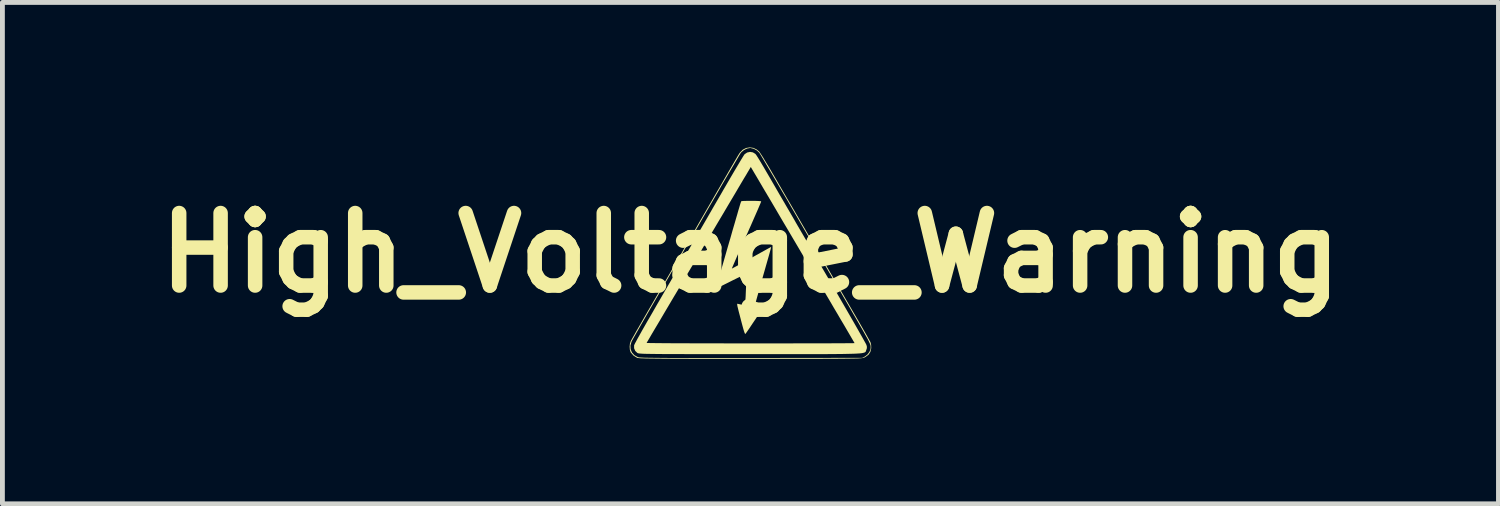
<source format=kicad_pcb>
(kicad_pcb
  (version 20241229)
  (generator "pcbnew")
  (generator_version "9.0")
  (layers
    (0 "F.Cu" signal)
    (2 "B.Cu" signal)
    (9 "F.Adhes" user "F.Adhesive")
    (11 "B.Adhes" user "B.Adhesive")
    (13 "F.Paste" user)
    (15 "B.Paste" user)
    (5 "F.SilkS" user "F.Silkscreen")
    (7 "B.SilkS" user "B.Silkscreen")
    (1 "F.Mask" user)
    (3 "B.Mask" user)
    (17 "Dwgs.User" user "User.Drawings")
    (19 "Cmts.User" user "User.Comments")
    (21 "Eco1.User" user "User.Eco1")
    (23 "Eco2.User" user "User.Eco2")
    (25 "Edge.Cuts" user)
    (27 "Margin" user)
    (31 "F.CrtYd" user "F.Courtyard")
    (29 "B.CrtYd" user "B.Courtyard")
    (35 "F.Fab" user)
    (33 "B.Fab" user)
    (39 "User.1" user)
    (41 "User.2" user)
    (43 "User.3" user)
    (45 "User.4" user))
  (footprint "High_Voltage_Warning"
    (layer "F.Cu")
    (at 12.479 2.18)
    (property "Reference" "High_Voltage_Warning" (at 0 0 0) (layer "F.SilkS") (effects (font (size 1.5 1.5) (thickness 0.3))))
    (attr board_only exclude_from_pos_files exclude_from_bom)
    (fp_poly (pts (xy 0.045 -1.074) (xy 0.107 -1.073) (xy 0.162 -1.071) (xy 0.202 -1.068) (xy 0.221 -1.064) (xy 0.222 -1.063) (xy 0.217 -1.048) (xy 0.202 -1.011) (xy 0.179 -0.957) (xy 0.15 -0.889) (xy 0.116 -0.811) (xy 0.079 -0.727) (xy 0.041 -0.64) (xy 0.004 -0.555) (xy -0.032 -0.475) (xy -0.063 -0.404) (xy -0.09 -0.345) (xy -0.109 -0.304) (xy -0.111 -0.299) (xy -0.127 -0.264) (xy -0.151 -0.212) (xy -0.18 -0.148) (xy -0.212 -0.075) (xy -0.246 0.002) (xy -0.28 0.08) (xy -0.312 0.154) (xy -0.34 0.22) (xy -0.363 0.273) (xy -0.379 0.311) (xy -0.385 0.327) (xy -0.385 0.328) (xy -0.373 0.322) (xy -0.339 0.304) (xy -0.287 0.276) (xy -0.219 0.238) (xy -0.138 0.193) (xy -0.047 0.143) (xy 0.021 0.105) (xy 0.117 0.051) (xy 0.205 0.002) (xy 0.283 -0.041) (xy 0.346 -0.076) (xy 0.393 -0.102) (xy 0.421 -0.116) (xy 0.428 -0.119) (xy 0.425 -0.105) (xy 0.416 -0.068) (xy 0.401 -0.013) (xy 0.382 0.056) (xy 0.359 0.136) (xy 0.354 0.154) (xy 0.323 0.262) (xy 0.291 0.375) (xy 0.258 0.49) (xy 0.226 0.605) (xy 0.195 0.715) (xy 0.166 0.818) (xy 0.14 0.911) (xy 0.118 0.99) (xy 0.1 1.053) (xy 0.089 1.095) (xy 0.084 1.115) (xy 0.083 1.116) (xy 0.096 1.121) (xy 0.129 1.127) (xy 0.167 1.132) (xy 0.211 1.139) (xy 0.241 1.145) (xy 0.25 1.149) (xy 0.243 1.162) (xy 0.222 1.194) (xy 0.192 1.241) (xy 0.154 1.299) (xy 0.111 1.364) (xy 0.065 1.432) (xy 0.02 1.499) (xy -0.021 1.561) (xy -0.057 1.613) (xy -0.085 1.653) (xy -0.101 1.675) (xy -0.103 1.678) (xy -0.11 1.678) (xy -0.12 1.662) (xy -0.132 1.628) (xy -0.148 1.575) (xy -0.169 1.498) (xy -0.193 1.407) (xy -0.221 1.299) (xy -0.243 1.216) (xy -0.258 1.154) (xy -0.269 1.109) (xy -0.274 1.08) (xy -0.275 1.064) (xy -0.272 1.056) (xy -0.266 1.055) (xy -0.256 1.058) (xy -0.249 1.06) (xy -0.212 1.068) (xy -0.167 1.077) (xy -0.165 1.077) (xy -0.114 1.086) (xy -0.106 0.998) (xy -0.103 0.954) (xy -0.099 0.889) (xy -0.096 0.81) (xy -0.092 0.724) (xy -0.09 0.67) (xy -0.082 0.43) (xy -0.309 0.542) (xy -0.388 0.581) (xy -0.465 0.62) (xy -0.534 0.654) (xy -0.589 0.682) (xy -0.617 0.696) (xy -0.659 0.716) (xy -0.691 0.729) (xy -0.704 0.731) (xy -0.706 0.728) (xy -0.705 0.718) (xy -0.702 0.702) (xy -0.695 0.676) (xy -0.686 0.64) (xy -0.672 0.59) (xy -0.654 0.525) (xy -0.631 0.444) (xy -0.603 0.344) (xy -0.568 0.224) (xy -0.527 0.081) (xy -0.479 -0.087) (xy -0.468 -0.125) (xy -0.415 -0.305) (xy -0.371 -0.461) (xy -0.332 -0.593) (xy -0.3 -0.704) (xy -0.273 -0.796) (xy -0.252 -0.871) (xy -0.234 -0.93) (xy -0.221 -0.975) (xy -0.211 -1.009) (xy -0.203 -1.032) (xy -0.198 -1.048) (xy -0.195 -1.057) (xy -0.193 -1.062) (xy -0.191 -1.064) (xy -0.191 -1.065) (xy -0.174 -1.069) (xy -0.136 -1.072) (xy -0.083 -1.073) (xy -0.021 -1.074)) (stroke (width 0) (type solid)) (fill yes) (layer "F.SilkS"))
    (fp_poly (pts (xy 0.05 -2.077) (xy 0.101 -2.046) (xy 0.107 -2.039) (xy 0.122 -2.019) (xy 0.148 -1.979) (xy 0.184 -1.921) (xy 0.227 -1.849) (xy 0.276 -1.767) (xy 0.328 -1.677) (xy 0.334 -1.667) (xy 0.396 -1.561) (xy 0.463 -1.445) (xy 0.531 -1.328) (xy 0.596 -1.215) (xy 0.654 -1.116) (xy 0.685 -1.063) (xy 0.737 -0.973) (xy 0.792 -0.879) (xy 0.845 -0.788) (xy 0.892 -0.707) (xy 0.929 -0.643) (xy 0.931 -0.639) (xy 0.951 -0.604) (xy 0.984 -0.547) (xy 1.029 -0.47) (xy 1.085 -0.374) (xy 1.15 -0.263) (xy 1.223 -0.136) (xy 1.303 0.002) (xy 1.39 0.151) (xy 1.481 0.308) (xy 1.577 0.472) (xy 1.675 0.64) (xy 1.702 0.688) (xy 1.799 0.854) (xy 1.892 1.015) (xy 1.98 1.167) (xy 2.063 1.311) (xy 2.139 1.443) (xy 2.207 1.562) (xy 2.266 1.666) (xy 2.316 1.754) (xy 2.355 1.824) (xy 2.383 1.874) (xy 2.397 1.902) (xy 2.4 1.907) (xy 2.41 1.948) (xy 2.407 1.982) (xy 2.398 2.007) (xy 2.394 2.019) (xy 2.391 2.029) (xy 2.388 2.039) (xy 2.383 2.048) (xy 2.376 2.055) (xy 2.365 2.062) (xy 2.349 2.068) (xy 2.326 2.074) (xy 2.296 2.079) (xy 2.257 2.083) (xy 2.208 2.086) (xy 2.147 2.089) (xy 2.075 2.091) (xy 1.988 2.093) (xy 1.886 2.095) (xy 1.768 2.096) (xy 1.633 2.097) (xy 1.478 2.098) (xy 1.304 2.098) (xy 1.108 2.098) (xy 0.891 2.098) (xy 0.649 2.098) (xy 0.382 2.098) (xy 0.09 2.098) (xy -0.003 2.098) (xy -0.299 2.098) (xy -0.568 2.098) (xy -0.812 2.098) (xy -1.032 2.098) (xy -1.23 2.098) (xy -1.406 2.097) (xy -1.562 2.097) (xy -1.699 2.097) (xy -1.818 2.096) (xy -1.921 2.095) (xy -2.009 2.094) (xy -2.083 2.093) (xy -2.145 2.092) (xy -2.195 2.091) (xy -2.236 2.089) (xy -2.267 2.087) (xy -2.291 2.085) (xy -2.309 2.083) (xy -2.322 2.08) (xy -2.332 2.077) (xy -2.339 2.074) (xy -2.343 2.071) (xy -2.385 2.031) (xy -2.408 1.976) (xy -2.408 1.917) (xy -2.406 1.91) (xy -2.396 1.89) (xy -2.384 1.865) (xy -2.149 1.865) (xy -2.136 1.867) (xy -2.097 1.868) (xy -2.033 1.869) (xy -1.946 1.87) (xy -1.836 1.871) (xy -1.707 1.872) (xy -1.558 1.873) (xy -1.393 1.873) (xy -1.211 1.874) (xy -1.015 1.875) (xy -0.806 1.875) (xy -0.585 1.875) (xy -0.355 1.876) (xy -0.116 1.876) (xy -0.001 1.876) (xy 0.242 1.876) (xy 0.476 1.876) (xy 0.702 1.876) (xy 0.917 1.875) (xy 1.119 1.875) (xy 1.308 1.875) (xy 1.482 1.874) (xy 1.64 1.874) (xy 1.779 1.873) (xy 1.899 1.873) (xy 1.997 1.872) (xy 2.073 1.872) (xy 2.125 1.871) (xy 2.151 1.87) (xy 2.154 1.87) (xy 2.147 1.857) (xy 2.127 1.823) (xy 2.095 1.768) (xy 2.053 1.696) (xy 2.001 1.607) (xy 1.941 1.504) (xy 1.873 1.39) (xy 1.8 1.265) (xy 1.721 1.132) (xy 1.68 1.061) (xy 1.585 0.9) (xy 1.484 0.728) (xy 1.378 0.55) (xy 1.271 0.369) (xy 1.166 0.19) (xy 1.065 0.019) (xy 0.971 -0.141) (xy 0.886 -0.285) (xy 0.837 -0.368) (xy 0.76 -0.499) (xy 0.682 -0.63) (xy 0.606 -0.759) (xy 0.534 -0.882) (xy 0.467 -0.996) (xy 0.408 -1.096) (xy 0.358 -1.18) (xy 0.321 -1.243) (xy 0.32 -1.244) (xy 0.269 -1.33) (xy 0.217 -1.419) (xy 0.167 -1.504) (xy 0.123 -1.579) (xy 0.09 -1.634) (xy 0.007 -1.775) (xy -0.064 -1.655) (xy -0.092 -1.607) (xy -0.133 -1.54) (xy -0.184 -1.454) (xy -0.245 -1.351) (xy -0.314 -1.233) (xy -0.392 -1.102) (xy -0.477 -0.959) (xy -0.567 -0.806) (xy -0.663 -0.645) (xy -0.763 -0.476) (xy -0.866 -0.303) (xy -0.971 -0.126) (xy -1.077 0.053) (xy -1.183 0.233) (xy -1.289 0.411) (xy -1.392 0.586) (xy -1.493 0.757) (xy -1.591 0.921) (xy -1.684 1.078) (xy -1.771 1.225) (xy -1.851 1.361) (xy -1.924 1.484) (xy -1.989 1.593) (xy -2.044 1.686) (xy -2.088 1.762) (xy -2.121 1.818) (xy -2.142 1.853) (xy -2.149 1.865) (xy -2.384 1.865) (xy -2.374 1.848) (xy -2.342 1.787) (xy -2.299 1.711) (xy -2.249 1.621) (xy -2.192 1.521) (xy -2.13 1.412) (xy -2.088 1.341) (xy -2.018 1.22) (xy -1.938 1.08) (xy -1.849 0.927) (xy -1.755 0.764) (xy -1.658 0.598) (xy -1.563 0.432) (xy -1.471 0.273) (xy -1.389 0.132) (xy -1.302 -0.019) (xy -1.205 -0.187) (xy -1.099 -0.369) (xy -0.99 -0.558) (xy -0.88 -0.748) (xy -0.773 -0.934) (xy -0.671 -1.11) (xy -0.578 -1.27) (xy -0.574 -1.278) (xy -0.497 -1.41) (xy -0.425 -1.534) (xy -0.357 -1.65) (xy -0.295 -1.755) (xy -0.24 -1.847) (xy -0.194 -1.924) (xy -0.158 -1.983) (xy -0.133 -2.022) (xy -0.121 -2.039) (xy -0.069 -2.074) (xy -0.009 -2.087)) (stroke (width 0) (type solid)) (fill yes) (layer "F.SilkS"))
    (fp_poly (pts (xy 0.06 -2.17) (xy 0.131 -2.136) (xy 0.179 -2.095) (xy 0.196 -2.072) (xy 0.226 -2.027) (xy 0.265 -1.966) (xy 0.311 -1.889) (xy 0.364 -1.802) (xy 0.421 -1.706) (xy 0.46 -1.638) (xy 0.522 -1.533) (xy 0.594 -1.408) (xy 0.674 -1.271) (xy 0.758 -1.126) (xy 0.844 -0.98) (xy 0.927 -0.837) (xy 1.005 -0.703) (xy 1.014 -0.688) (xy 1.065 -0.599) (xy 1.115 -0.514) (xy 1.163 -0.431) (xy 1.212 -0.347) (xy 1.262 -0.261) (xy 1.314 -0.171) (xy 1.37 -0.075) (xy 1.43 0.028) (xy 1.495 0.14) (xy 1.567 0.264) (xy 1.646 0.4) (xy 1.734 0.551) (xy 1.831 0.718) (xy 1.939 0.903) (xy 2.058 1.108) (xy 2.19 1.335) (xy 2.23 1.403) (xy 2.287 1.502) (xy 2.34 1.595) (xy 2.388 1.679) (xy 2.428 1.751) (xy 2.459 1.807) (xy 2.48 1.845) (xy 2.486 1.859) (xy 2.497 1.907) (xy 2.499 1.968) (xy 2.498 1.98) (xy 2.481 2.052) (xy 2.443 2.11) (xy 2.381 2.156) (xy 2.355 2.169) (xy 2.347 2.172) (xy 2.337 2.175) (xy 2.325 2.178) (xy 2.308 2.181) (xy 2.285 2.183) (xy 2.255 2.185) (xy 2.217 2.187) (xy 2.17 2.188) (xy 2.112 2.189) (xy 2.042 2.19) (xy 1.959 2.191) (xy 1.861 2.192) (xy 1.747 2.193) (xy 1.617 2.193) (xy 1.467 2.194) (xy 1.299 2.194) (xy 1.109 2.194) (xy 0.897 2.194) (xy 0.662 2.195) (xy 0.402 2.195) (xy 0.115 2.195) (xy 0 2.195) (xy -0.299 2.195) (xy -0.572 2.194) (xy -0.82 2.194) (xy -1.043 2.194) (xy -1.244 2.194) (xy -1.423 2.193) (xy -1.581 2.193) (xy -1.721 2.192) (xy -1.842 2.191) (xy -1.947 2.19) (xy -2.037 2.189) (xy -2.112 2.188) (xy -2.174 2.187) (xy -2.225 2.185) (xy -2.265 2.184) (xy -2.296 2.182) (xy -2.319 2.179) (xy -2.335 2.177) (xy -2.345 2.174) (xy -2.348 2.173) (xy -2.419 2.129) (xy -2.472 2.07) (xy -2.482 2.054) (xy -2.496 2.005) (xy -2.5 1.942) (xy -2.498 1.92) (xy -2.484 1.92) (xy -2.48 1.995) (xy -2.452 2.063) (xy -2.402 2.119) (xy -2.331 2.159) (xy -2.325 2.161) (xy -2.315 2.164) (xy -2.297 2.166) (xy -2.27 2.168) (xy -2.234 2.17) (xy -2.187 2.172) (xy -2.127 2.173) (xy -2.055 2.174) (xy -1.968 2.175) (xy -1.865 2.176) (xy -1.746 2.177) (xy -1.608 2.178) (xy -1.451 2.178) (xy -1.274 2.178) (xy -1.075 2.178) (xy -0.854 2.178) (xy -0.608 2.178) (xy -0.337 2.178) (xy -0.04 2.178) (xy 0.021 2.178) (xy 2.314 2.175) (xy 2.369 2.146) (xy 2.42 2.106) (xy 2.461 2.052) (xy 2.484 1.993) (xy 2.487 1.965) (xy 2.487 1.952) (xy 2.487 1.941) (xy 2.486 1.929) (xy 2.484 1.916) (xy 2.479 1.899) (xy 2.47 1.879) (xy 2.458 1.852) (xy 2.442 1.819) (xy 2.42 1.776) (xy 2.391 1.725) (xy 2.356 1.662) (xy 2.313 1.586) (xy 2.262 1.497) (xy 2.202 1.393) (xy 2.132 1.272) (xy 2.052 1.133) (xy 1.96 0.975) (xy 1.856 0.796) (xy 1.739 0.596) (xy 1.667 0.472) (xy 1.604 0.364) (xy 1.541 0.256) (xy 1.481 0.152) (xy 1.426 0.057) (xy 1.378 -0.025) (xy 1.34 -0.091) (xy 1.32 -0.125) (xy 1.226 -0.288) (xy 1.13 -0.453) (xy 1.033 -0.62) (xy 0.937 -0.786) (xy 0.842 -0.949) (xy 0.749 -1.109) (xy 0.659 -1.262) (xy 0.574 -1.407) (xy 0.495 -1.543) (xy 0.422 -1.667) (xy 0.356 -1.778) (xy 0.3 -1.874) (xy 0.253 -1.953) (xy 0.217 -2.013) (xy 0.193 -2.052) (xy 0.182 -2.069) (xy 0.132 -2.116) (xy 0.068 -2.151) (xy 0.001 -2.167) (xy -0.011 -2.167) (xy -0.071 -2.156) (xy -0.133 -2.126) (xy -0.185 -2.083) (xy -0.199 -2.067) (xy -0.211 -2.049) (xy -0.236 -2.008) (xy -0.272 -1.946) (xy -0.319 -1.866) (xy -0.376 -1.769) (xy -0.442 -1.657) (xy -0.516 -1.531) (xy -0.596 -1.394) (xy -0.681 -1.246) (xy -0.771 -1.091) (xy -0.865 -0.929) (xy -0.876 -0.91) (xy -0.983 -0.725) (xy -1.096 -0.529) (xy -1.213 -0.327) (xy -1.332 -0.122) (xy -1.45 0.083) (xy -1.566 0.282) (xy -1.676 0.474) (xy -1.78 0.653) (xy -1.875 0.817) (xy -1.959 0.961) (xy -1.977 0.993) (xy -2.057 1.131) (xy -2.133 1.262) (xy -2.204 1.386) (xy -2.269 1.499) (xy -2.326 1.6) (xy -2.375 1.686) (xy -2.415 1.756) (xy -2.443 1.806) (xy -2.459 1.836) (xy -2.461 1.841) (xy -2.484 1.92) (xy -2.498 1.92) (xy -2.494 1.88) (xy -2.478 1.83) (xy -2.465 1.807) (xy -2.441 1.763) (xy -2.406 1.702) (xy -2.364 1.627) (xy -2.315 1.542) (xy -2.262 1.45) (xy -2.207 1.354) (xy -2.152 1.259) (xy -2.099 1.166) (xy -2.049 1.081) (xy -2.005 1.005) (xy -1.969 0.943) (xy -1.966 0.938) (xy -1.946 0.903) (xy -1.913 0.847) (xy -1.87 0.772) (xy -1.816 0.681) (xy -1.755 0.575) (xy -1.687 0.458) (xy -1.615 0.332) (xy -1.538 0.199) (xy -1.459 0.063) (xy -1.459 0.063) (xy -1.307 -0.2) (xy -1.168 -0.44) (xy -1.043 -0.658) (xy -0.929 -0.855) (xy -0.826 -1.032) (xy -0.735 -1.191) (xy -0.653 -1.332) (xy -0.581 -1.456) (xy -0.518 -1.565) (xy -0.463 -1.66) (xy -0.416 -1.741) (xy -0.376 -1.81) (xy -0.342 -1.868) (xy -0.314 -1.916) (xy -0.291 -1.955) (xy -0.273 -1.986) (xy -0.258 -2.011) (xy -0.247 -2.029) (xy -0.238 -2.043) (xy -0.232 -2.053) (xy -0.227 -2.061) (xy -0.222 -2.067) (xy -0.218 -2.073) (xy -0.216 -2.075) (xy -0.159 -2.133) (xy -0.09 -2.168) (xy -0.015 -2.18)) (stroke (width 0) (type solid)) (fill yes) (layer "F.SilkS")))
  (gr_rect
    (start -3 -3)
    (end 27.957 7.375)
    (stroke (width 0.1) (type default))
    (fill no)
    (layer "Edge.Cuts")))
</source>
